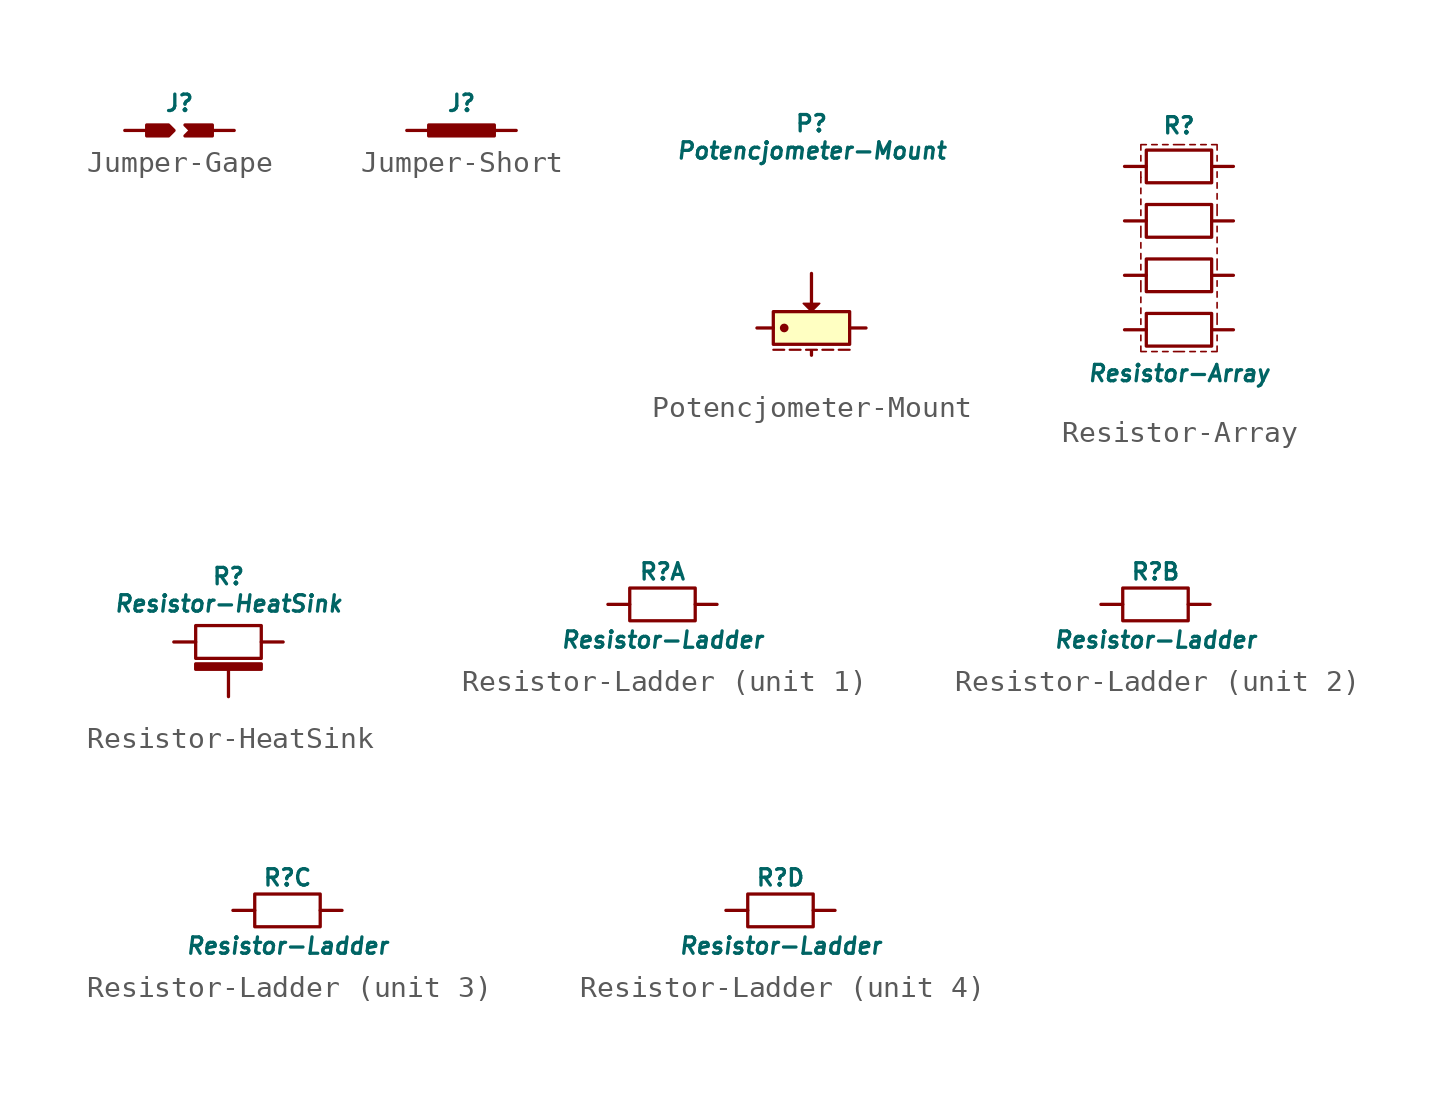
<source format=kicad_sym>
(kicad_symbol_lib
  (version 20220914)
  (generator kicad_symbol_editor)
  (symbol "Jumper-Gape"
    (pin_numbers hide)
    (pin_names
      (offset 0) hide)
    (property "Reference" "J"
      (at 0 1.27 0)
      (effects (font (size 0.762 0.762))))
    (symbol "Jumper-Gape_0_1"
      (polyline (pts (xy -1.524 0.254) (xy -1.524 -0.254) (xy -0.508 -0.254) (xy -0.254 0) (xy -0.508 0.254) (xy -1.524 0.254)) (stroke (width 0) (type solid)) (fill (type outline)))
      (polyline (pts (xy 0.254 0.254) (xy 0.508 0) (xy 0.254 -0.254) (xy 1.524 -0.254) (xy 1.524 0.254) (xy 0.254 0.254)) (stroke (width 0) (type solid)) (fill (type outline))))
    (symbol "Jumper-Gape_1_1"
      (pin passive line (at -2.54 0 0) (length 1.016) (name "1" (effects (font (size 0.508 0.508)))) (number "1" (effects (font (size 0.508 0.508)))))
      (pin passive line (at 2.54 0 180) (length 1.016) (name "2" (effects (font (size 0.508 0.508)))) (number "2" (effects (font (size 0.508 0.508)))))))
  (symbol "Jumper-Short"
    (pin_numbers hide)
    (pin_names
      (offset 0) hide)
    (property "Reference" "J"
      (at 0 1.27 0)
      (effects (font (size 0.762 0.762))))
    (symbol "Jumper-Short_0_1"
      (rectangle (start -1.524 0.254) (end 1.524 -0.254) (stroke (width 0) (type solid)) (fill (type outline))))
    (symbol "Jumper-Short_1_1"
      (pin passive line (at -2.54 0 0) (length 1.016) (name "1" (effects (font (size 0.508 0.508)))) (number "1" (effects (font (size 0.508 0.508)))))
      (pin passive line (at 2.54 0 180) (length 1.016) (name "2" (effects (font (size 0.508 0.508)))) (number "2" (effects (font (size 0.508 0.508)))))))
  (symbol "Potencjometer-Mount"
    (pin_numbers hide)
    (pin_names
      (offset 0) hide)
    (property "Reference" "P"
      (at 0 9.525 0)
      (effects (font (size 0.762 0.762))))
    (property "Value" "Potencjometer-Mount"
      (at 0 8.255 0)
      (effects (font (size 0.762 0.762) italic)))
    (symbol "Potencjometer-Mount_0_1"
      (rectangle (start -1.778 0.762) (end 1.778 -0.762) (stroke (width 0) (type solid)) (fill (type background)))
      (polyline (pts (xy -1.778 -1.016) (xy -1.27 -1.016)) (stroke (width 0.102) (type solid)) (fill (type none)))
      (polyline (pts (xy 0.254 -1.016) (xy -0.254 -1.016)) (stroke (width 0.102) (type solid)) (fill (type none)))
      (polyline (pts (xy 0.508 -1.016) (xy 1.016 -1.016)) (stroke (width 0.102) (type solid)) (fill (type none)))
      (polyline (pts (xy 1.27 -1.016) (xy 1.778 -1.016)) (stroke (width 0.102) (type solid)) (fill (type none)))
      (polyline (pts (xy -1.016 -1.016) (xy -0.762 -1.016) (xy -0.508 -1.016)) (stroke (width 0.102) (type solid)) (fill (type none)))
      (polyline (pts (xy 0 0.762) (xy -0.381 1.143) (xy 0.381 1.143) (xy 0 0.762)) (stroke (width 0.076) (type solid)) (fill (type outline))))
    (symbol "Potencjometer-Mount_1_1"
      (circle (center -1.27 0) (radius 0.127) (stroke (width 0) (type solid)) (fill (type outline)))
      (pin passive line (at 0 -1.27 90) (length 0.203) (name "0" (effects (font (size 0.508 0.508)))) (number "0" (effects (font (size 0.508 0.508)))))
      (pin passive line (at -2.54 0 0) (length 0.762) (name "1" (effects (font (size 0.508 0.508)))) (number "1" (effects (font (size 0.508 0.508)))))
      (pin passive line (at 0 2.54 270) (length 1.524) (name "2" (effects (font (size 0.508 0.508)))) (number "2" (effects (font (size 0.508 0.508)))))
      (pin passive line (at 2.54 0 180) (length 0.762) (name "3" (effects (font (size 0.508 0.508)))) (number "3" (effects (font (size 0.508 0.508)))))))
  (symbol "Resistor-Array"
    (pin_numbers hide)
    (pin_names
      (offset 0) hide)
    (property "Reference" "R"
      (at 0 5.715 0)
      (effects (font (size 0.762 0.762))))
    (property "Value" "Resistor-Array"
      (at 0 -5.842 0)
      (effects (font (size 0.762 0.762) italic)))
    (symbol "Resistor-Array_0_1"
      (rectangle (start -1.524 -3.048) (end 1.524 -4.572) (stroke (width 0) (type solid)) (fill (type none)))
      (rectangle (start -1.524 -0.508) (end 1.524 -2.032) (stroke (width 0) (type solid)) (fill (type none)))
      (rectangle (start -1.524 2.032) (end 1.524 0.508) (stroke (width 0) (type solid)) (fill (type none)))
      (rectangle (start -1.524 4.572) (end 1.524 3.048) (stroke (width 0) (type solid)) (fill (type none)))
      (polyline (pts (xy -1.778 -4.064) (xy -1.778 -4.318)) (stroke (width 0.076) (type solid)) (fill (type none)))
      (polyline (pts (xy -1.778 -3.302) (xy -1.778 -3.556)) (stroke (width 0.076) (type solid)) (fill (type none)))
      (polyline (pts (xy -1.778 -2.794) (xy -1.778 -3.048)) (stroke (width 0.076) (type solid)) (fill (type none)))
      (polyline (pts (xy -1.778 -2.286) (xy -1.778 -2.54)) (stroke (width 0.076) (type solid)) (fill (type none)))
      (polyline (pts (xy -1.778 -1.524) (xy -1.778 -2.032)) (stroke (width 0.076) (type solid)) (fill (type none)))
      (polyline (pts (xy -1.778 -0.762) (xy -1.778 -1.016)) (stroke (width 0.076) (type solid)) (fill (type none)))
      (polyline (pts (xy -1.778 -0.254) (xy -1.778 -0.508)) (stroke (width 0.076) (type solid)) (fill (type none)))
      (polyline (pts (xy -1.778 0.254) (xy -1.778 0)) (stroke (width 0.076) (type solid)) (fill (type none)))
      (polyline (pts (xy -1.778 1.016) (xy -1.778 0.508)) (stroke (width 0.076) (type solid)) (fill (type none)))
      (polyline (pts (xy -1.778 1.778) (xy -1.778 1.524)) (stroke (width 0.076) (type solid)) (fill (type none)))
      (polyline (pts (xy -1.778 2.286) (xy -1.778 2.032)) (stroke (width 0.076) (type solid)) (fill (type none)))
      (polyline (pts (xy -1.778 2.794) (xy -1.778 2.54)) (stroke (width 0.076) (type solid)) (fill (type none)))
      (polyline (pts (xy -1.778 3.302) (xy -1.778 3.048)) (stroke (width 0.076) (type solid)) (fill (type none)))
      (polyline (pts (xy -1.778 3.556) (xy -1.778 3.302)) (stroke (width 0.076) (type solid)) (fill (type none)))
      (polyline (pts (xy -1.778 4.318) (xy -1.778 4.064)) (stroke (width 0.076) (type solid)) (fill (type none)))
      (polyline (pts (xy -1.27 4.826) (xy -1.016 4.826)) (stroke (width 0.076) (type solid)) (fill (type none)))
      (polyline (pts (xy -1.016 -4.826) (xy -1.27 -4.826)) (stroke (width 0.076) (type solid)) (fill (type none)))
      (polyline (pts (xy -0.762 -4.826) (xy -0.508 -4.826)) (stroke (width 0.076) (type solid)) (fill (type none)))
      (polyline (pts (xy -0.762 4.826) (xy -0.508 4.826)) (stroke (width 0.076) (type solid)) (fill (type none)))
      (polyline (pts (xy -0.254 -4.826) (xy 0.254 -4.826)) (stroke (width 0.076) (type solid)) (fill (type none)))
      (polyline (pts (xy -0.254 4.826) (xy 0.254 4.826)) (stroke (width 0.076) (type solid)) (fill (type none)))
      (polyline (pts (xy 0.508 -4.826) (xy 0.762 -4.826)) (stroke (width 0.076) (type solid)) (fill (type none)))
      (polyline (pts (xy 0.508 4.826) (xy 0.762 4.826)) (stroke (width 0.076) (type solid)) (fill (type none)))
      (polyline (pts (xy 1.016 -4.826) (xy 1.27 -4.826)) (stroke (width 0.076) (type solid)) (fill (type none)))
      (polyline (pts (xy 1.016 4.826) (xy 1.27 4.826)) (stroke (width 0.076) (type solid)) (fill (type none)))
      (polyline (pts (xy 1.778 -4.318) (xy 1.778 -4.064)) (stroke (width 0.076) (type solid)) (fill (type none)))
      (polyline (pts (xy 1.778 -3.556) (xy 1.778 -3.048)) (stroke (width 0.076) (type solid)) (fill (type none)))
      (polyline (pts (xy 1.778 -2.794) (xy 1.778 -2.54)) (stroke (width 0.076) (type solid)) (fill (type none)))
      (polyline (pts (xy 1.778 -2.286) (xy 1.778 -2.032)) (stroke (width 0.076) (type solid)) (fill (type none)))
      (polyline (pts (xy 1.778 -1.778) (xy 1.778 -1.524)) (stroke (width 0.076) (type solid)) (fill (type none)))
      (polyline (pts (xy 1.778 0) (xy 1.778 -0.254)) (stroke (width 0.076) (type solid)) (fill (type none)))
      (polyline (pts (xy 1.778 0.508) (xy 1.778 0.254)) (stroke (width 0.076) (type solid)) (fill (type none)))
      (polyline (pts (xy 1.778 1.016) (xy 1.778 0.762)) (stroke (width 0.076) (type solid)) (fill (type none)))
      (polyline (pts (xy 1.778 1.524) (xy 1.778 2.032)) (stroke (width 0.076) (type solid)) (fill (type none)))
      (polyline (pts (xy 1.778 2.286) (xy 1.778 2.54)) (stroke (width 0.076) (type solid)) (fill (type none)))
      (polyline (pts (xy 1.778 2.794) (xy 1.778 3.048)) (stroke (width 0.076) (type solid)) (fill (type none)))
      (polyline (pts (xy 1.778 3.556) (xy 1.778 3.302)) (stroke (width 0.076) (type solid)) (fill (type none)))
      (polyline (pts (xy 1.778 4.318) (xy 1.778 4.064)) (stroke (width 0.076) (type solid)) (fill (type none)))
      (polyline (pts (xy -1.778 -4.572) (xy -1.778 -4.826) (xy -1.524 -4.826)) (stroke (width 0.076) (type solid)) (fill (type none)))
      (polyline (pts (xy -1.778 4.572) (xy -1.778 4.826) (xy -1.524 4.826)) (stroke (width 0.076) (type solid)) (fill (type none)))
      (polyline (pts (xy 1.524 -4.826) (xy 1.778 -4.826) (xy 1.778 -4.572)) (stroke (width 0.076) (type solid)) (fill (type none)))
      (polyline (pts (xy 1.524 4.826) (xy 1.778 4.826) (xy 1.778 4.572)) (stroke (width 0.076) (type solid)) (fill (type none)))
      (polyline (pts (xy 1.778 -0.508) (xy 1.778 -0.762) (xy 1.778 -1.016)) (stroke (width 0.076) (type solid)) (fill (type none))))
    (symbol "Resistor-Array_1_1"
      (pin passive line (at -2.54 3.81 0) (length 1.016) (name "1" (effects (font (size 0.508 0.508)))) (number "1" (effects (font (size 0.508 0.508)))))
      (pin passive line (at 2.54 3.81 180) (length 1.016) (name "2" (effects (font (size 0.508 0.508)))) (number "2" (effects (font (size 0.508 0.508)))))
      (pin passive line (at -2.54 1.27 0) (length 1.016) (name "3" (effects (font (size 0.508 0.508)))) (number "3" (effects (font (size 0.508 0.508)))))
      (pin passive line (at 2.54 1.27 180) (length 1.016) (name "4" (effects (font (size 0.508 0.508)))) (number "4" (effects (font (size 0.508 0.508)))))
      (pin passive line (at -2.54 -1.27 0) (length 1.016) (name "5" (effects (font (size 0.508 0.508)))) (number "5" (effects (font (size 0.508 0.508)))))
      (pin passive line (at 2.54 -1.27 180) (length 1.016) (name "6" (effects (font (size 0.508 0.508)))) (number "6" (effects (font (size 0.508 0.508)))))
      (pin passive line (at -2.54 -3.81 0) (length 1.016) (name "7" (effects (font (size 0.508 0.508)))) (number "7" (effects (font (size 0.508 0.508)))))
      (pin passive line (at 2.54 -3.81 180) (length 1.016) (name "8" (effects (font (size 0.508 0.508)))) (number "8" (effects (font (size 0.508 0.508)))))))
  (symbol "Resistor-HeatSink"
    (pin_numbers hide)
    (pin_names
      (offset 0) hide)
    (property "Reference" "R"
      (at 0 3.048 0)
      (effects (font (size 0.762 0.762))))
    (property "Value" "Resistor-HeatSink"
      (at 0 1.778 0)
      (effects (font (size 0.762 0.762) italic)))
    (symbol "Resistor-HeatSink_0_1"
      (rectangle (start -1.524 -1.016) (end 1.524 -1.27) (stroke (width 0) (type solid)) (fill (type outline)))
      (rectangle (start -1.524 0.762) (end 1.524 -0.762) (stroke (width 0) (type solid)) (fill (type none))))
    (symbol "Resistor-HeatSink_1_1"
      (pin passive line (at -2.54 0 0) (length 1.016) (name "1" (effects (font (size 0.508 0.508)))) (number "1" (effects (font (size 0.508 0.508)))))
      (pin passive line (at 2.54 0 180) (length 1.016) (name "2" (effects (font (size 0.508 0.508)))) (number "2" (effects (font (size 0.508 0.508)))))
      (pin passive line (at 0 -2.54 90) (length 1.27) (name "3" (effects (font (size 0.508 0.508)))) (number "3" (effects (font (size 0.508 0.508)))))))
  (symbol "Resistor-Ladder"
    (pin_numbers hide)
    (pin_names
      (offset 0) hide)
    (property "Reference" "R"
      (at 0 1.524 0)
      (effects (font (size 0.762 0.762))))
    (property "Value" "Resistor-Ladder"
      (at 0 -1.651 0)
      (effects (font (size 0.762 0.762) italic)))
    (symbol "Resistor-Ladder_0_1"
      (rectangle (start -1.524 0.762) (end 1.524 -0.762) (stroke (width 0) (type solid)) (fill (type none))))
    (symbol "Resistor-Ladder_1_1"
      (pin passive line (at -2.54 0 0) (length 1.016) (name "A" (effects (font (size 0.508 0.508)))) (number "1" (effects (font (size 0.508 0.508)))))
      (pin passive line (at 2.54 0 180) (length 1.016) (name "B" (effects (font (size 0.508 0.508)))) (number "2" (effects (font (size 0.508 0.508))))))
    (symbol "Resistor-Ladder_2_1"
      (pin passive line (at -2.54 0 0) (length 1.016) (name "A" (effects (font (size 0.508 0.508)))) (number "3" (effects (font (size 0.508 0.508)))))
      (pin passive line (at 2.54 0 180) (length 1.016) (name "B" (effects (font (size 0.508 0.508)))) (number "4" (effects (font (size 0.508 0.508))))))
    (symbol "Resistor-Ladder_3_1"
      (pin passive line (at -2.54 0 0) (length 1.016) (name "A" (effects (font (size 0.508 0.508)))) (number "5" (effects (font (size 0.508 0.508)))))
      (pin passive line (at 2.54 0 180) (length 1.016) (name "B" (effects (font (size 0.508 0.508)))) (number "6" (effects (font (size 0.508 0.508))))))
    (symbol "Resistor-Ladder_4_1"
      (pin passive line (at -2.54 0 0) (length 1.016) (name "A" (effects (font (size 0.508 0.508)))) (number "7" (effects (font (size 0.508 0.508)))))
      (pin passive line (at 2.54 0 180) (length 1.016) (name "B" (effects (font (size 0.508 0.508)))) (number "8" (effects (font (size 0.508 0.508))))))))
</source>
